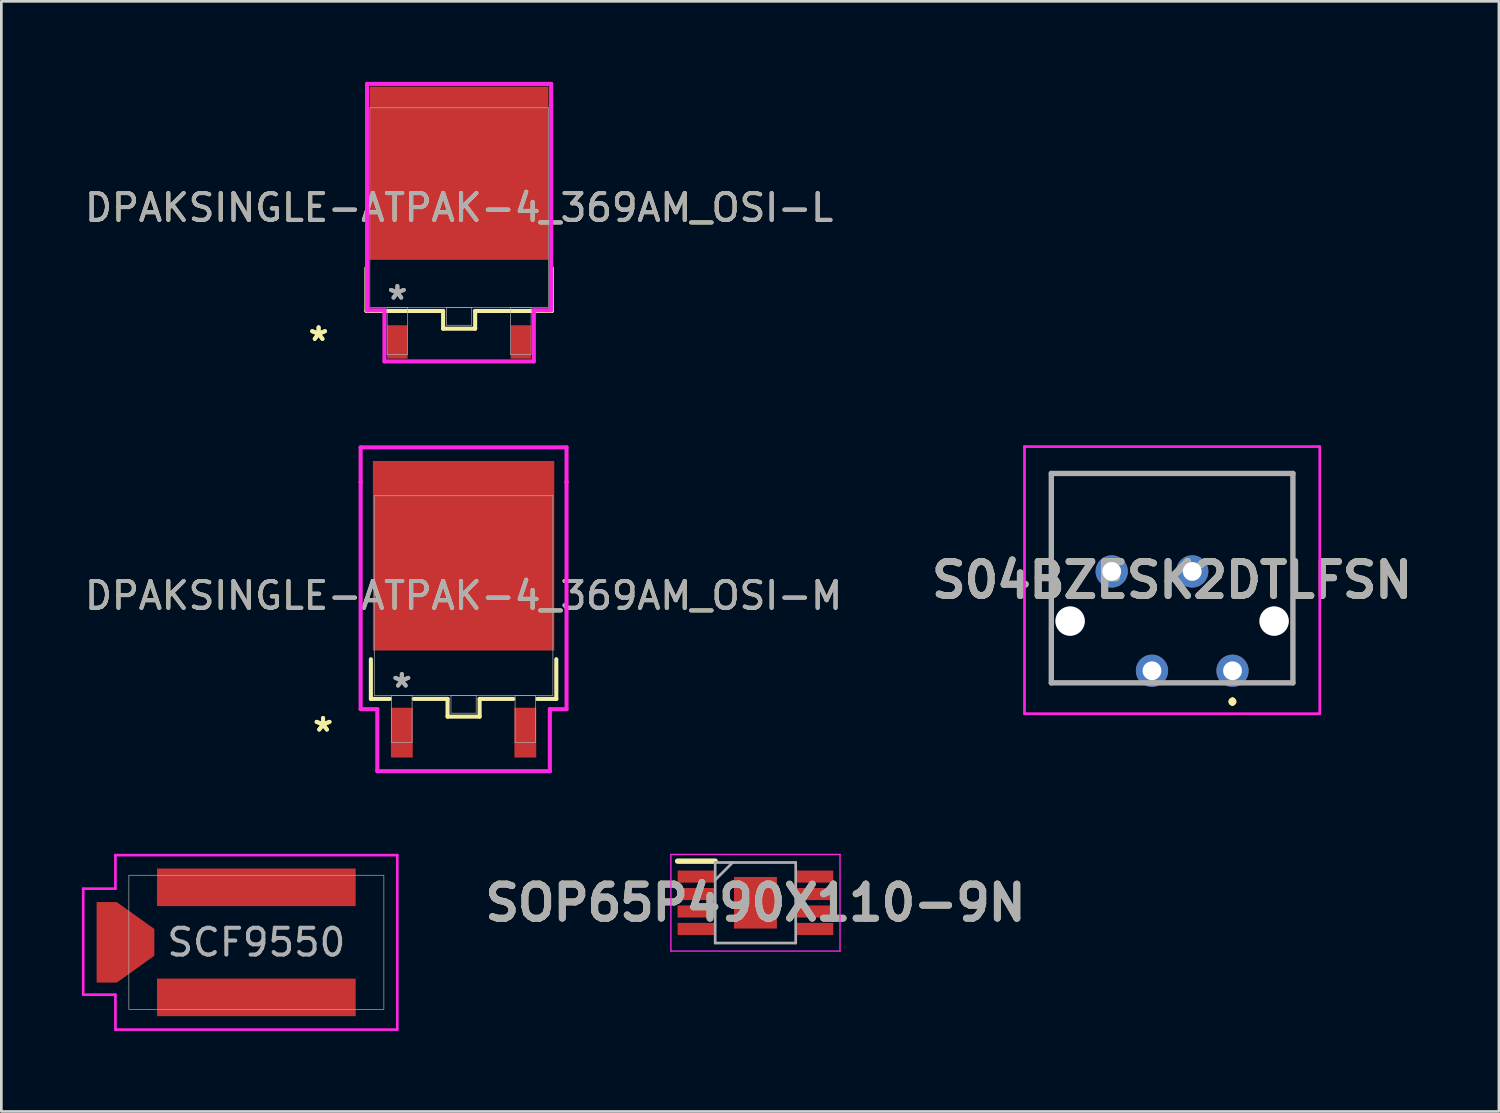
<source format=kicad_pcb>
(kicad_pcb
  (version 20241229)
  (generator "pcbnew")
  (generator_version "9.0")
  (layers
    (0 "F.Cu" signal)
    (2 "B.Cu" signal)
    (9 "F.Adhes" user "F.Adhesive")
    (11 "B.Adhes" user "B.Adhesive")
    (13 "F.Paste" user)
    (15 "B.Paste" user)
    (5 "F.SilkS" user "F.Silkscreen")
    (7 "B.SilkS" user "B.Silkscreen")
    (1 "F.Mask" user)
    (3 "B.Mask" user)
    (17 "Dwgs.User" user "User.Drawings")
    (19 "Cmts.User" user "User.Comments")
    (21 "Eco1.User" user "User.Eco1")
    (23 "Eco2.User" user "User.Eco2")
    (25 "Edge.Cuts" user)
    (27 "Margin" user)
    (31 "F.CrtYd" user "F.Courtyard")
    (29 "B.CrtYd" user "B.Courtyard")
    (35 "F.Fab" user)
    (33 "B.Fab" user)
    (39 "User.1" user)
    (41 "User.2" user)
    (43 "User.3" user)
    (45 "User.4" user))
  (footprint "DPAKSINGLE-ATPAK-4_369AM_OSI-M"
    (layer "F.Cu")
    (at 14.22 19.139)
    (property "Reference" "DPAKSINGLE-ATPAK-4_369AM_OSI-M" (at 0 0 0) (unlocked yes) (layer "F.SilkS") (effects (font (size 1 1) (thickness 0.15))))
    (attr smd)
    (fp_line (start -3.454 2.369) (end -3.454 3.848) (stroke (width 0.152) (type solid)) (layer "F.SilkS"))
    (fp_line (start -3.454 3.848) (end -2.747 3.848) (stroke (width 0.152) (type solid)) (layer "F.SilkS"))
    (fp_line (start -1.853 3.848) (end -0.597 3.848) (stroke (width 0.152) (type solid)) (layer "F.SilkS"))
    (fp_line (start -0.597 3.848) (end -0.597 4.508) (stroke (width 0.152) (type solid)) (layer "F.SilkS"))
    (fp_line (start -0.597 4.508) (end 0.597 4.508) (stroke (width 0.152) (type solid)) (layer "F.SilkS"))
    (fp_line (start 0.597 3.848) (end 1.853 3.848) (stroke (width 0.152) (type solid)) (layer "F.SilkS"))
    (fp_line (start 0.597 4.508) (end 0.597 3.848) (stroke (width 0.152) (type solid)) (layer "F.SilkS"))
    (fp_line (start 2.747 3.848) (end 3.454 3.848) (stroke (width 0.152) (type solid)) (layer "F.SilkS"))
    (fp_line (start 3.454 3.848) (end 3.454 2.369) (stroke (width 0.152) (type solid)) (layer "F.SilkS"))
    (fp_line (start -3.835 -5.524) (end 3.835 -5.524) (stroke (width 0.152) (type solid)) (layer "F.CrtYd"))
    (fp_line (start -3.835 -4.229) (end -3.835 -5.524) (stroke (width 0.152) (type solid)) (layer "F.CrtYd"))
    (fp_line (start -3.835 -4.229) (end -3.835 -4.229) (stroke (width 0.152) (type solid)) (layer "F.CrtYd"))
    (fp_line (start -3.835 4.229) (end -3.835 -4.229) (stroke (width 0.152) (type solid)) (layer "F.CrtYd"))
    (fp_line (start -3.214 4.229) (end -3.835 4.229) (stroke (width 0.152) (type solid)) (layer "F.CrtYd"))
    (fp_line (start -3.214 6.54) (end -3.214 4.229) (stroke (width 0.152) (type solid)) (layer "F.CrtYd"))
    (fp_line (start 3.214 4.229) (end 3.214 6.54) (stroke (width 0.152) (type solid)) (layer "F.CrtYd"))
    (fp_line (start 3.214 6.54) (end -3.214 6.54) (stroke (width 0.152) (type solid)) (layer "F.CrtYd"))
    (fp_line (start 3.835 -5.524) (end 3.835 -4.229) (stroke (width 0.152) (type solid)) (layer "F.CrtYd"))
    (fp_line (start 3.835 -4.229) (end 3.835 -4.229) (stroke (width 0.152) (type solid)) (layer "F.CrtYd"))
    (fp_line (start 3.835 -4.229) (end 3.835 4.229) (stroke (width 0.152) (type solid)) (layer "F.CrtYd"))
    (fp_line (start 3.835 4.229) (end 3.214 4.229) (stroke (width 0.152) (type solid)) (layer "F.CrtYd"))
    (fp_line (start -3.327 -3.721) (end -3.327 3.721) (stroke (width 0.025) (type solid)) (layer "F.Fab"))
    (fp_line (start -3.327 3.721) (end 3.327 3.721) (stroke (width 0.025) (type solid)) (layer "F.Fab"))
    (fp_line (start -2.681 3.721) (end -2.681 5.474) (stroke (width 0.025) (type solid)) (layer "F.Fab"))
    (fp_line (start -2.681 5.474) (end -1.919 5.474) (stroke (width 0.025) (type solid)) (layer "F.Fab"))
    (fp_line (start -1.919 3.721) (end -2.681 3.721) (stroke (width 0.025) (type solid)) (layer "F.Fab"))
    (fp_line (start -1.919 5.474) (end -1.919 3.721) (stroke (width 0.025) (type solid)) (layer "F.Fab"))
    (fp_line (start -0.47 3.721) (end -0.47 4.381) (stroke (width 0.025) (type solid)) (layer "F.Fab"))
    (fp_line (start -0.47 4.381) (end 0.47 4.381) (stroke (width 0.025) (type solid)) (layer "F.Fab"))
    (fp_line (start 0.47 3.721) (end -0.47 3.721) (stroke (width 0.025) (type solid)) (layer "F.Fab"))
    (fp_line (start 0.47 4.381) (end 0.47 3.721) (stroke (width 0.025) (type solid)) (layer "F.Fab"))
    (fp_line (start 1.919 3.721) (end 1.919 5.474) (stroke (width 0.025) (type solid)) (layer "F.Fab"))
    (fp_line (start 1.919 5.474) (end 2.681 5.474) (stroke (width 0.025) (type solid)) (layer "F.Fab"))
    (fp_line (start 2.681 3.721) (end 1.919 3.721) (stroke (width 0.025) (type solid)) (layer "F.Fab"))
    (fp_line (start 2.681 5.474) (end 2.681 3.721) (stroke (width 0.025) (type solid)) (layer "F.Fab"))
    (fp_line (start 3.327 -3.721) (end -3.327 -3.721) (stroke (width 0.025) (type solid)) (layer "F.Fab"))
    (fp_line (start 3.327 3.721) (end 3.327 -3.721) (stroke (width 0.025) (type solid)) (layer "F.Fab"))
    (fp_text user "*" (at -5.235 5.105 0) (unlocked yes) (layer "F.SilkS") (effects (font (size 1 1) (thickness 0.15))))
    (fp_text user "*" (at -5.235 5.105 0) (layer "F.SilkS") (effects (font (size 1 1) (thickness 0.15))))
    (fp_text user "*" (at -2.3 3.467 0) (unlocked yes) (layer "F.Fab") (effects (font (size 1 1) (thickness 0.15))))
    (fp_text user "${REFERENCE}" (at 0 0 0) (unlocked yes) (layer "F.Fab") (effects (font (size 1 1) (thickness 0.15))))
    (fp_text user "*" (at -2.3 3.467 0) (layer "F.Fab") (effects (font (size 1 1) (thickness 0.15))))
    (pad "1" smd rect (at -2.3 5.105) (size 0.813 1.854) (layers "F.Cu" "F.Mask" "F.Paste"))
    (pad "2" smd rect (at 0 -1.486) (size 6.756 7.061) (layers "F.Cu" "F.Mask" "F.Paste"))
    (pad "3" smd rect (at 2.3 5.105) (size 0.813 1.854) (layers "F.Cu" "F.Mask" "F.Paste")))
  (footprint "S04BZESK2DTLFSN"
    (layer "F.Cu")
    (at 42.865 21.938)
    (property "Reference" "S04BZESK2DTLFSN" (at -2.25 -3.375 0) (layer "F.SilkS") (effects (font (size 1.27 1.27) (thickness 0.254))))
    (attr through_hole)
    (fp_line (start -6.75 -7.35) (end -6.75 -7.35) (stroke (width 0.1) (type solid)) (layer "F.SilkS"))
    (fp_line (start -6.75 -7.35) (end -6.75 -7.35) (stroke (width 0.1) (type solid)) (layer "F.SilkS"))
    (fp_line (start -6.75 -7.35) (end -6.75 -2.45) (stroke (width 0.1) (type solid)) (layer "F.SilkS"))
    (fp_line (start -6.75 -7.35) (end 2.25 -7.35) (stroke (width 0.1) (type solid)) (layer "F.SilkS"))
    (fp_line (start -6.75 -2.45) (end -6.75 -7.35) (stroke (width 0.1) (type solid)) (layer "F.SilkS"))
    (fp_line (start -6.75 -2.45) (end -6.75 -2.45) (stroke (width 0.1) (type solid)) (layer "F.SilkS"))
    (fp_line (start -6.75 -1.2) (end -6.75 -1.2) (stroke (width 0.1) (type solid)) (layer "F.SilkS"))
    (fp_line (start -6.75 -1.2) (end -6.75 0.45) (stroke (width 0.1) (type solid)) (layer "F.SilkS"))
    (fp_line (start -6.75 0.45) (end -6.75 -1.2) (stroke (width 0.1) (type solid)) (layer "F.SilkS"))
    (fp_line (start -6.75 0.45) (end -6.75 0.45) (stroke (width 0.1) (type solid)) (layer "F.SilkS"))
    (fp_line (start -6.75 0.45) (end -6.75 0.45) (stroke (width 0.1) (type solid)) (layer "F.SilkS"))
    (fp_line (start -6.75 0.45) (end -4.25 0.45) (stroke (width 0.1) (type solid)) (layer "F.SilkS"))
    (fp_line (start -4.25 0.45) (end -6.75 0.45) (stroke (width 0.1) (type solid)) (layer "F.SilkS"))
    (fp_line (start -4.25 0.45) (end -4.25 0.45) (stroke (width 0.1) (type solid)) (layer "F.SilkS"))
    (fp_line (start -2 0.45) (end -2 0.45) (stroke (width 0.1) (type solid)) (layer "F.SilkS"))
    (fp_line (start -2 0.45) (end -1.25 0.45) (stroke (width 0.1) (type solid)) (layer "F.SilkS"))
    (fp_line (start -1.25 0.45) (end -2 0.45) (stroke (width 0.1) (type solid)) (layer "F.SilkS"))
    (fp_line (start -1.25 0.45) (end -1.25 0.45) (stroke (width 0.1) (type solid)) (layer "F.SilkS"))
    (fp_line (start 0 1.1) (end 0 1.1) (stroke (width 0.2) (type solid)) (layer "F.SilkS"))
    (fp_line (start 0 1.1) (end 0 1.1) (stroke (width 0.2) (type solid)) (layer "F.SilkS"))
    (fp_line (start 0 1.2) (end 0 1.2) (stroke (width 0.2) (type solid)) (layer "F.SilkS"))
    (fp_line (start 1.25 0.45) (end 1.25 0.45) (stroke (width 0.1) (type solid)) (layer "F.SilkS"))
    (fp_line (start 1.25 0.45) (end 2.25 0.45) (stroke (width 0.1) (type solid)) (layer "F.SilkS"))
    (fp_line (start 2.25 -7.35) (end -6.75 -7.35) (stroke (width 0.1) (type solid)) (layer "F.SilkS"))
    (fp_line (start 2.25 -7.35) (end 2.25 -7.35) (stroke (width 0.1) (type solid)) (layer "F.SilkS"))
    (fp_line (start 2.25 -7.35) (end 2.25 -7.35) (stroke (width 0.1) (type solid)) (layer "F.SilkS"))
    (fp_line (start 2.25 -7.35) (end 2.25 -2.45) (stroke (width 0.1) (type solid)) (layer "F.SilkS"))
    (fp_line (start 2.25 -2.45) (end 2.25 -7.35) (stroke (width 0.1) (type solid)) (layer "F.SilkS"))
    (fp_line (start 2.25 -2.45) (end 2.25 -2.45) (stroke (width 0.1) (type solid)) (layer "F.SilkS"))
    (fp_line (start 2.25 -1.2) (end 2.25 -1.2) (stroke (width 0.1) (type solid)) (layer "F.SilkS"))
    (fp_line (start 2.25 -1.2) (end 2.25 0.45) (stroke (width 0.1) (type solid)) (layer "F.SilkS"))
    (fp_line (start 2.25 0.45) (end 1.25 0.45) (stroke (width 0.1) (type solid)) (layer "F.SilkS"))
    (fp_line (start 2.25 0.45) (end 2.25 -1.2) (stroke (width 0.1) (type solid)) (layer "F.SilkS"))
    (fp_line (start 2.25 0.45) (end 2.25 0.45) (stroke (width 0.1) (type solid)) (layer "F.SilkS"))
    (fp_line (start 2.25 0.45) (end 2.25 0.45) (stroke (width 0.1) (type solid)) (layer "F.SilkS"))
    (fp_arc (start 0 1.1) (mid 0.05 1.15) (end 0 1.2) (stroke (width 0.2) (type solid)) (layer "F.SilkS"))
    (fp_arc (start 0 1.2) (mid -0.05 1.15) (end 0 1.1) (stroke (width 0.2) (type solid)) (layer "F.SilkS"))
    (fp_arc (start 0 1.2) (mid -0.05 1.15) (end 0 1.1) (stroke (width 0.2) (type solid)) (layer "F.SilkS"))
    (fp_line (start -7.75 -8.35) (end 3.25 -8.35) (stroke (width 0.1) (type solid)) (layer "F.CrtYd"))
    (fp_line (start -7.75 1.6) (end -7.75 -8.35) (stroke (width 0.1) (type solid)) (layer "F.CrtYd"))
    (fp_line (start 3.25 -8.35) (end 3.25 1.6) (stroke (width 0.1) (type solid)) (layer "F.CrtYd"))
    (fp_line (start 3.25 1.6) (end -7.75 1.6) (stroke (width 0.1) (type solid)) (layer "F.CrtYd"))
    (fp_line (start -6.75 -7.35) (end -6.75 0.45) (stroke (width 0.2) (type solid)) (layer "F.Fab"))
    (fp_line (start -6.75 0.45) (end 2.25 0.45) (stroke (width 0.2) (type solid)) (layer "F.Fab"))
    (fp_line (start 2.25 -7.35) (end -6.75 -7.35) (stroke (width 0.2) (type solid)) (layer "F.Fab"))
    (fp_line (start 2.25 0.45) (end 2.25 -7.35) (stroke (width 0.2) (type solid)) (layer "F.Fab"))
    (fp_text user "${REFERENCE}" (at -2.25 -3.375 0) (layer "F.Fab") (effects (font (size 1.27 1.27) (thickness 0.254))))
    (pad "" np_thru_hole circle (at -6.05 -1.85) (size 1.1 1.1) (drill 1.1) (layers "*.Cu" "*.Mask"))
    (pad "" np_thru_hole circle (at 1.55 -1.85) (size 1.1 1.1) (drill 1.1) (layers "*.Cu" "*.Mask"))
    (pad "1" thru_hole circle (at 0 0) (size 1.2 1.2) (drill 0.7) (layers "*.Cu" "*.Mask"))
    (pad "2" thru_hole circle (at -1.5 -3.7) (size 1.2 1.2) (drill 0.7) (layers "*.Cu" "*.Mask"))
    (pad "3" thru_hole circle (at -3 0) (size 1.2 1.2) (drill 0.7) (layers "*.Cu" "*.Mask"))
    (pad "4" thru_hole circle (at -4.5 -3.7) (size 1.2 1.2) (drill 0.7) (layers "*.Cu" "*.Mask")))
  (footprint "SCF9550"
    (layer "F.Cu")
    (at 6.5 32.056)
    (property "Reference" "SCF9550" (at 0 0 0) (unlocked yes) (layer "F.SilkS") (effects (font (size 1 1) (thickness 0.1))))
    (attr smd)
    (fp_line (start -6.45 -2) (end -6.45 1.95) (stroke (width 0.1) (type solid)) (layer "F.CrtYd"))
    (fp_line (start -6.45 1.95) (end -5.25 1.95) (stroke (width 0.1) (type solid)) (layer "F.CrtYd"))
    (fp_line (start -5.25 -3.25) (end -5.25 -2) (stroke (width 0.1) (type solid)) (layer "F.CrtYd"))
    (fp_line (start -5.25 -3.25) (end 5.25 -3.25) (stroke (width 0.1) (type solid)) (layer "F.CrtYd"))
    (fp_line (start -5.25 -2) (end -6.45 -2) (stroke (width 0.1) (type solid)) (layer "F.CrtYd"))
    (fp_line (start -5.25 1.95) (end -5.25 3.25) (stroke (width 0.1) (type solid)) (layer "F.CrtYd"))
    (fp_line (start -5.25 3.25) (end 5.25 3.25) (stroke (width 0.1) (type solid)) (layer "F.CrtYd"))
    (fp_line (start 5.25 3.25) (end 5.25 -3.25) (stroke (width 0.1) (type solid)) (layer "F.CrtYd"))
    (fp_rect (start -4.75 -2.5) (end 4.75 2.5) (stroke (width 0.025) (type solid)) (fill no) (layer "F.Fab"))
    (fp_text user "${REFERENCE}" (at 0 0 0) (unlocked yes) (layer "F.Fab") (effects (font (size 1 1) (thickness 0.15))))
    (pad "1" smd rect (at 0 -2.05) (size 7.4 1.4) (layers "F.Cu" "F.Mask" "F.Paste"))
    (pad "2" smd rect (at 0 2.05) (size 7.4 1.4) (layers "F.Cu" "F.Mask" "F.Paste"))
    (pad "3" smd custom (at -4.75 0) (size 1.5 1) (layers "F.Cu" "F.Mask" "F.Paste") (options (anchor rect)) (primitives (gr_poly (pts (xy 0.95 0.5) (xy 0.95 -0.5) (xy -0.45 -1.5) (xy -1.2 -1.5) (xy -1.2 1.5) (xy -0.45 1.5)) (width 0) (fill yes)))))
  (footprint "SOP65P490X110-9N"
    (layer "F.Cu")
    (at 25.093 30.581)
    (property "Reference" "SOP65P490X110-9N" (at 0 0 0) (layer "F.SilkS") (effects (font (size 1.27 1.27) (thickness 0.254))))
    (attr smd)
    (fp_line (start -2.9 -1.55) (end -1.5 -1.55) (stroke (width 0.2) (type solid)) (layer "F.SilkS"))
    (fp_line (start -3.15 -1.8) (end 3.15 -1.8) (stroke (width 0.05) (type solid)) (layer "F.CrtYd"))
    (fp_line (start -3.15 1.8) (end -3.15 -1.8) (stroke (width 0.05) (type solid)) (layer "F.CrtYd"))
    (fp_line (start 3.15 -1.8) (end 3.15 1.8) (stroke (width 0.05) (type solid)) (layer "F.CrtYd"))
    (fp_line (start 3.15 1.8) (end -3.15 1.8) (stroke (width 0.05) (type solid)) (layer "F.CrtYd"))
    (fp_line (start -1.5 -1.5) (end 1.5 -1.5) (stroke (width 0.1) (type solid)) (layer "F.Fab"))
    (fp_line (start -1.5 -0.85) (end -0.85 -1.5) (stroke (width 0.1) (type solid)) (layer "F.Fab"))
    (fp_line (start -1.5 1.5) (end -1.5 -1.5) (stroke (width 0.1) (type solid)) (layer "F.Fab"))
    (fp_line (start 1.5 -1.5) (end 1.5 1.5) (stroke (width 0.1) (type solid)) (layer "F.Fab"))
    (fp_line (start 1.5 1.5) (end -1.5 1.5) (stroke (width 0.1) (type solid)) (layer "F.Fab"))
    (fp_text user "${REFERENCE}" (at 0 0 0) (layer "F.Fab") (effects (font (size 1.27 1.27) (thickness 0.254))))
    (pad "1" smd rect (at -2.2 -0.975 90) (size 0.45 1.4) (layers "F.Cu" "F.Mask" "F.Paste"))
    (pad "2" smd rect (at -2.2 -0.325 90) (size 0.45 1.4) (layers "F.Cu" "F.Mask" "F.Paste"))
    (pad "3" smd rect (at -2.2 0.325 90) (size 0.45 1.4) (layers "F.Cu" "F.Mask" "F.Paste"))
    (pad "4" smd rect (at -2.2 0.975 90) (size 0.45 1.4) (layers "F.Cu" "F.Mask" "F.Paste"))
    (pad "5" smd rect (at 2.2 0.975 90) (size 0.45 1.4) (layers "F.Cu" "F.Mask" "F.Paste"))
    (pad "6" smd rect (at 2.2 0.325 90) (size 0.45 1.4) (layers "F.Cu" "F.Mask" "F.Paste"))
    (pad "7" smd rect (at 2.2 -0.325 90) (size 0.45 1.4) (layers "F.Cu" "F.Mask" "F.Paste"))
    (pad "8" smd rect (at 2.2 -0.975 90) (size 0.45 1.4) (layers "F.Cu" "F.Mask" "F.Paste"))
    (pad "9" smd rect (at 0 0) (size 1.6 1.92) (layers "F.Cu" "F.Mask" "F.Paste")))
  (footprint "DPAKSINGLE-ATPAK-4_369AM_OSI-L"
    (layer "F.Cu")
    (at 14.054 4.686)
    (property "Reference" "DPAKSINGLE-ATPAK-4_369AM_OSI-L" (at 0 0 0) (unlocked yes) (layer "F.SilkS") (effects (font (size 1 1) (thickness 0.15))))
    (attr smd)
    (fp_line (start -3.454 2.251) (end -3.454 3.848) (stroke (width 0.152) (type solid)) (layer "F.SilkS"))
    (fp_line (start -3.454 3.848) (end -0.597 3.848) (stroke (width 0.152) (type solid)) (layer "F.SilkS"))
    (fp_line (start -0.597 3.848) (end -0.597 4.508) (stroke (width 0.152) (type solid)) (layer "F.SilkS"))
    (fp_line (start -0.597 4.508) (end 0.597 4.508) (stroke (width 0.152) (type solid)) (layer "F.SilkS"))
    (fp_line (start 0.597 3.848) (end 3.454 3.848) (stroke (width 0.152) (type solid)) (layer "F.SilkS"))
    (fp_line (start 0.597 4.508) (end 0.597 3.848) (stroke (width 0.152) (type solid)) (layer "F.SilkS"))
    (fp_line (start 3.454 3.848) (end 3.454 2.251) (stroke (width 0.152) (type solid)) (layer "F.SilkS"))
    (fp_line (start -3.429 -4.61) (end 3.429 -4.61) (stroke (width 0.152) (type solid)) (layer "F.CrtYd"))
    (fp_line (start -3.429 -3.823) (end -3.429 -4.61) (stroke (width 0.152) (type solid)) (layer "F.CrtYd"))
    (fp_line (start -3.429 -3.823) (end -3.429 -3.823) (stroke (width 0.152) (type solid)) (layer "F.CrtYd"))
    (fp_line (start -3.429 3.823) (end -3.429 -3.823) (stroke (width 0.152) (type solid)) (layer "F.CrtYd"))
    (fp_line (start -2.783 3.823) (end -3.429 3.823) (stroke (width 0.152) (type solid)) (layer "F.CrtYd"))
    (fp_line (start -2.783 5.728) (end -2.783 3.823) (stroke (width 0.152) (type solid)) (layer "F.CrtYd"))
    (fp_line (start 2.783 3.823) (end 2.783 5.728) (stroke (width 0.152) (type solid)) (layer "F.CrtYd"))
    (fp_line (start 2.783 5.728) (end -2.783 5.728) (stroke (width 0.152) (type solid)) (layer "F.CrtYd"))
    (fp_line (start 3.429 -4.61) (end 3.429 -3.823) (stroke (width 0.152) (type solid)) (layer "F.CrtYd"))
    (fp_line (start 3.429 -3.823) (end 3.429 -3.823) (stroke (width 0.152) (type solid)) (layer "F.CrtYd"))
    (fp_line (start 3.429 -3.823) (end 3.429 3.823) (stroke (width 0.152) (type solid)) (layer "F.CrtYd"))
    (fp_line (start 3.429 3.823) (end 2.783 3.823) (stroke (width 0.152) (type solid)) (layer "F.CrtYd"))
    (fp_line (start -3.327 -3.721) (end -3.327 3.721) (stroke (width 0.025) (type solid)) (layer "F.Fab"))
    (fp_line (start -3.327 3.721) (end 3.327 3.721) (stroke (width 0.025) (type solid)) (layer "F.Fab"))
    (fp_line (start -2.681 3.721) (end -2.681 5.474) (stroke (width 0.025) (type solid)) (layer "F.Fab"))
    (fp_line (start -2.681 5.474) (end -1.919 5.474) (stroke (width 0.025) (type solid)) (layer "F.Fab"))
    (fp_line (start -1.919 3.721) (end -2.681 3.721) (stroke (width 0.025) (type solid)) (layer "F.Fab"))
    (fp_line (start -1.919 5.474) (end -1.919 3.721) (stroke (width 0.025) (type solid)) (layer "F.Fab"))
    (fp_line (start -0.47 3.721) (end -0.47 4.381) (stroke (width 0.025) (type solid)) (layer "F.Fab"))
    (fp_line (start -0.47 4.381) (end 0.47 4.381) (stroke (width 0.025) (type solid)) (layer "F.Fab"))
    (fp_line (start 0.47 3.721) (end -0.47 3.721) (stroke (width 0.025) (type solid)) (layer "F.Fab"))
    (fp_line (start 0.47 4.381) (end 0.47 3.721) (stroke (width 0.025) (type solid)) (layer "F.Fab"))
    (fp_line (start 1.919 3.721) (end 1.919 5.474) (stroke (width 0.025) (type solid)) (layer "F.Fab"))
    (fp_line (start 1.919 5.474) (end 2.681 5.474) (stroke (width 0.025) (type solid)) (layer "F.Fab"))
    (fp_line (start 2.681 3.721) (end 1.919 3.721) (stroke (width 0.025) (type solid)) (layer "F.Fab"))
    (fp_line (start 2.681 5.474) (end 2.681 3.721) (stroke (width 0.025) (type solid)) (layer "F.Fab"))
    (fp_line (start 3.327 -3.721) (end -3.327 -3.721) (stroke (width 0.025) (type solid)) (layer "F.Fab"))
    (fp_line (start 3.327 3.721) (end 3.327 -3.721) (stroke (width 0.025) (type solid)) (layer "F.Fab"))
    (fp_text user "*" (at -5.235 5.004 0) (layer "F.SilkS") (effects (font (size 1 1) (thickness 0.15))))
    (fp_text user "*" (at -5.235 5.004 0) (unlocked yes) (layer "F.SilkS") (effects (font (size 1 1) (thickness 0.15))))
    (fp_text user "*" (at -2.3 3.467 0) (layer "F.Fab") (effects (font (size 1 1) (thickness 0.15))))
    (fp_text user "${REFERENCE}" (at 0 0 0) (unlocked yes) (layer "F.Fab") (effects (font (size 1 1) (thickness 0.15))))
    (fp_text user "*" (at -2.3 3.467 0) (unlocked yes) (layer "F.Fab") (effects (font (size 1 1) (thickness 0.15))))
    (pad "1" smd rect (at -2.3 5.004) (size 0.762 1.245) (layers "F.Cu" "F.Mask" "F.Paste"))
    (pad "2" smd rect (at 0 -1.283) (size 6.655 6.452) (layers "F.Cu" "F.Mask" "F.Paste"))
    (pad "3" smd rect (at 2.3 5.004) (size 0.762 1.245) (layers "F.Cu" "F.Mask" "F.Paste")))
  (gr_rect
    (start -3 -3)
    (end 52.789 38.356)
    (stroke (width 0.1) (type default))
    (fill no)
    (layer "Edge.Cuts")))
</source>
